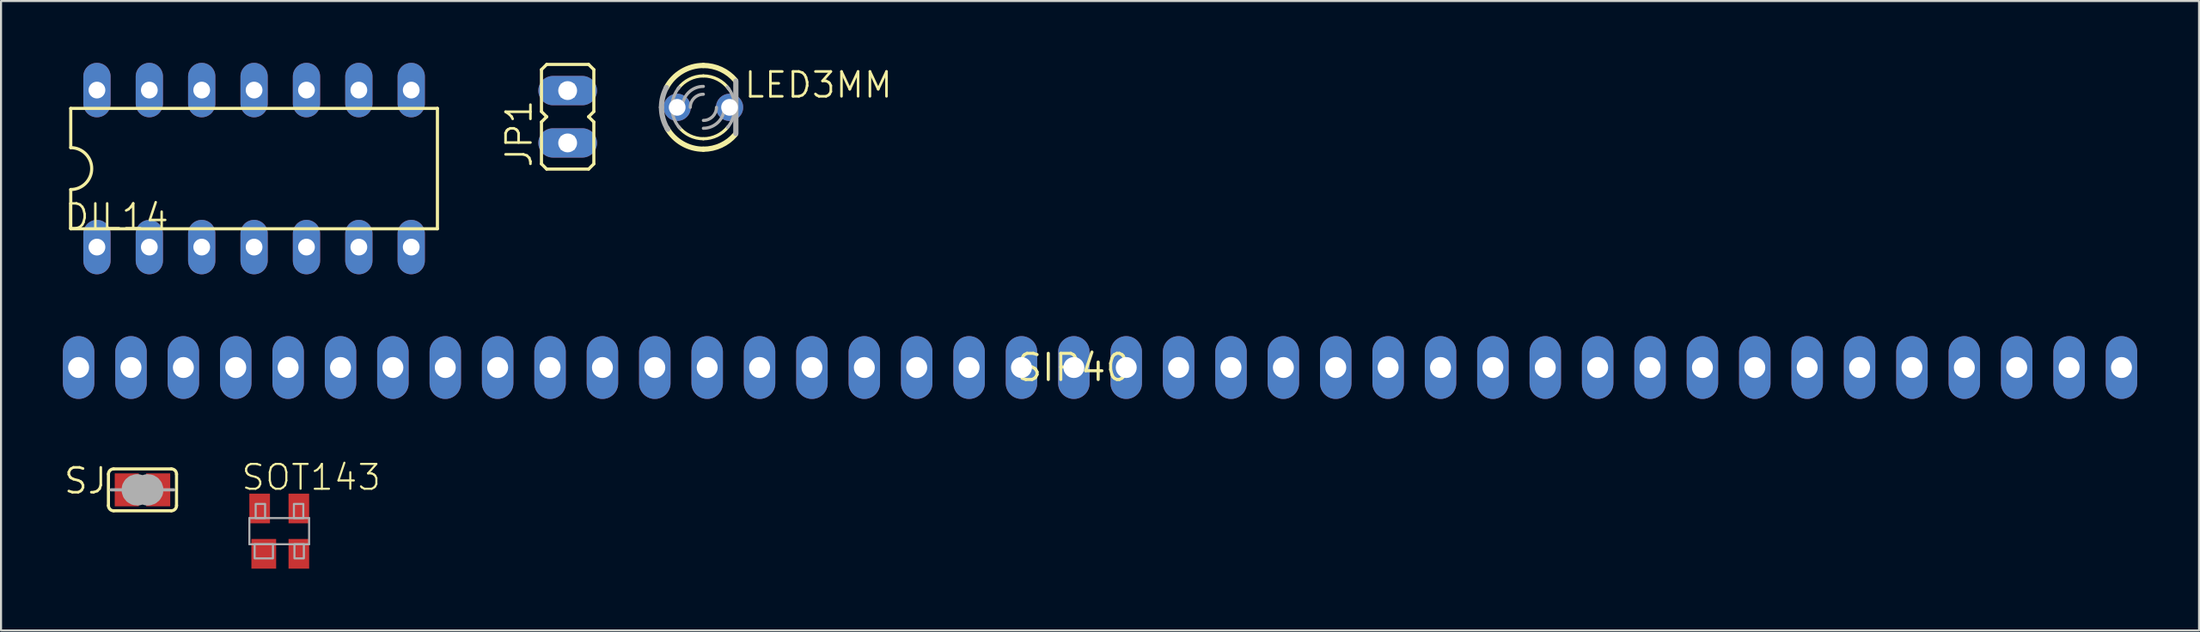
<source format=kicad_pcb>
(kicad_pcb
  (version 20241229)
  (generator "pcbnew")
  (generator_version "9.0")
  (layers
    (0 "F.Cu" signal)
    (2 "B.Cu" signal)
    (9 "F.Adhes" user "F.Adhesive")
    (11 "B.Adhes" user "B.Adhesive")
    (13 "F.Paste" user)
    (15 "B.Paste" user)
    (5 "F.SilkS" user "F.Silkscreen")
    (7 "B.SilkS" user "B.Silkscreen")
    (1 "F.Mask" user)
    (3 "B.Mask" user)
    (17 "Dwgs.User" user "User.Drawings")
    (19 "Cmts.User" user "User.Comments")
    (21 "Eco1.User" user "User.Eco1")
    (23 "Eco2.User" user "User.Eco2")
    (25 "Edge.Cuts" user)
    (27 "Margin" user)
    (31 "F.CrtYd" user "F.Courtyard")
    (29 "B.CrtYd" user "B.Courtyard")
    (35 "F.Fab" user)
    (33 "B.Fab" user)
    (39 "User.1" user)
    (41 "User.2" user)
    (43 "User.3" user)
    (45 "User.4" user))
  (footprint "LED3MM"
    (layer "F.Cu")
    (at 31.057 2.159)
    (property "Reference" "LED3MM" (at 1.905 -0.381 0) (layer "F.SilkS") (effects (font (size 1.206 1.206) (thickness 0.127)) (justify left bottom)))
    (attr through_hole)
    (fp_arc (start -1.7929 -0.9562) (mid -1.045438 -1.7424) (end 0 -2.032) (stroke (width 0.254) (type solid)) (layer "F.SilkS"))
    (fp_arc (start -1.2192 -0.9144) (mid -0.681554 -1.363107) (end 0 -1.524) (stroke (width 0.1524) (type solid)) (layer "F.SilkS"))
    (fp_arc (start 0 -2.032) (mid 0.861864 -1.840173) (end 1.561 -1.3009) (stroke (width 0.254) (type solid)) (layer "F.SilkS"))
    (fp_arc (start 0 -1.524) (mid 0.697339 -1.355082) (end 1.2401 -0.885801) (stroke (width 0.1524) (type solid)) (layer "F.SilkS"))
    (fp_arc (start 0 1.524) (mid -0.669593 1.369018) (end -1.203 0.9356) (stroke (width 0.1524) (type solid)) (layer "F.SilkS"))
    (fp_arc (start 0 2.032) (mid -1.019924 1.757525) (end -1.7643 1.0082) (stroke (width 0.254) (type solid)) (layer "F.SilkS"))
    (fp_arc (start 1.203 0.9356) (mid 0.669593 1.369018) (end 0 1.524) (stroke (width 0.1524) (type solid)) (layer "F.SilkS"))
    (fp_arc (start 1.5512 1.3126) (mid 0.854953 1.843405) (end 0 2.032) (stroke (width 0.254) (type solid)) (layer "F.SilkS"))
    (fp_line (start 1.575 1.27) (end 1.575 -1.27) (stroke (width 0.254) (type solid)) (layer "F.Fab"))
    (fp_arc (start -2.032 0) (mid -1.970339 -0.496775) (end -1.7891 -0.9634) (stroke (width 0.254) (type solid)) (layer "F.Fab"))
    (fp_arc (start -1.7306 1.065) (mid -1.95521 0.553417) (end -2.032 0) (stroke (width 0.254) (type solid)) (layer "F.Fab"))
    (fp_arc (start -1.524 0) (mid -1.432981 -0.518783) (end -1.1708 -0.9756) (stroke (width 0.1524) (type solid)) (layer "F.Fab"))
    (fp_arc (start -1.1391 1.0125) (mid -1.42454 0.5416) (end -1.524 0) (stroke (width 0.1524) (type solid)) (layer "F.Fab"))
    (fp_arc (start -1.016 0) (mid -0.71842 -0.71842) (end 0 -1.016) (stroke (width 0.1524) (type solid)) (layer "F.Fab"))
    (fp_arc (start -0.635 0) (mid -0.449013 -0.449013) (end 0 -0.635) (stroke (width 0.1524) (type solid)) (layer "F.Fab"))
    (fp_arc (start 0.635 0) (mid 0.449013 0.449013) (end 0 0.635) (stroke (width 0.1524) (type solid)) (layer "F.Fab"))
    (fp_arc (start 1.016 0) (mid 0.71842 0.71842) (end 0 1.016) (stroke (width 0.1524) (type solid)) (layer "F.Fab"))
    (fp_arc (start 1.1571 -0.9918) (mid 1.429332 -0.528744) (end 1.524 0) (stroke (width 0.1524) (type solid)) (layer "F.Fab"))
    (fp_arc (start 1.524 0) (mid 1.432981 0.518783) (end 1.1708 0.9756) (stroke (width 0.1524) (type solid)) (layer "F.Fab"))
    (pad "A" thru_hole circle (at -1.27 0) (size 1.321 1.321) (drill 0.813) (layers "*.Cu" "*.Mask"))
    (pad "K" thru_hole circle (at 1.27 0) (size 1.321 1.321) (drill 0.813) (layers "*.Cu" "*.Mask")))
  (footprint "JP1"
    (layer "F.Cu")
    (at 24.476 2.616)
    (property "Reference" "JP1" (at -1.651 2.54 90) (layer "F.SilkS") (effects (font (size 1.206 1.206) (thickness 0.127)) (justify left bottom)))
    (attr through_hole)
    (fp_line (start -1.27 -2.286) (end -1.27 -0.254) (stroke (width 0.152) (type solid)) (layer "F.SilkS"))
    (fp_line (start -1.27 -2.286) (end -1.016 -2.54) (stroke (width 0.152) (type solid)) (layer "F.SilkS"))
    (fp_line (start -1.27 0.254) (end -1.27 2.286) (stroke (width 0.152) (type solid)) (layer "F.SilkS"))
    (fp_line (start -1.016 0) (end -1.27 -0.254) (stroke (width 0.152) (type solid)) (layer "F.SilkS"))
    (fp_line (start -1.016 0) (end -1.27 0.254) (stroke (width 0.152) (type solid)) (layer "F.SilkS"))
    (fp_line (start -1.016 2.54) (end -1.27 2.286) (stroke (width 0.152) (type solid)) (layer "F.SilkS"))
    (fp_line (start -1.016 2.54) (end 1.016 2.54) (stroke (width 0.152) (type solid)) (layer "F.SilkS"))
    (fp_line (start 1.016 -2.54) (end -1.016 -2.54) (stroke (width 0.152) (type solid)) (layer "F.SilkS"))
    (fp_line (start 1.016 0) (end 1.27 -0.254) (stroke (width 0.152) (type solid)) (layer "F.SilkS"))
    (fp_line (start 1.016 0) (end 1.27 0.254) (stroke (width 0.152) (type solid)) (layer "F.SilkS"))
    (fp_line (start 1.016 2.54) (end 1.27 2.286) (stroke (width 0.152) (type solid)) (layer "F.SilkS"))
    (fp_line (start 1.27 -2.286) (end 1.016 -2.54) (stroke (width 0.152) (type solid)) (layer "F.SilkS"))
    (fp_line (start 1.27 -2.286) (end 1.27 -0.254) (stroke (width 0.152) (type solid)) (layer "F.SilkS"))
    (fp_line (start 1.27 0.254) (end 1.27 2.286) (stroke (width 0.152) (type solid)) (layer "F.SilkS"))
    (fp_poly (pts (xy -0.305 -0.965) (xy 0.305 -0.965) (xy 0.305 -1.575) (xy -0.305 -1.575)) (stroke (width 0.1) (type solid)) (fill no) (layer "F.Fab"))
    (fp_poly (pts (xy -0.305 1.575) (xy 0.305 1.575) (xy 0.305 0.965) (xy -0.305 0.965)) (stroke (width 0.1) (type solid)) (fill no) (layer "F.Fab"))
    (pad "1" thru_hole oval (at 0 1.27) (size 2.845 1.422) (drill 0.914) (layers "*.Cu" "*.Mask"))
    (pad "2" thru_hole oval (at 0 -1.27) (size 2.845 1.422) (drill 0.914) (layers "*.Cu" "*.Mask")))
  (footprint "DIL14"
    (layer "F.Cu")
    (at 9.271 5.131)
    (property "Reference" "DIL14" (at -9.271 3.048 0) (layer "F.SilkS") (effects (font (size 1.206 1.206) (thickness 0.121)) (justify left bottom)))
    (attr through_hole)
    (fp_line (start -8.89 -2.921) (end -8.89 -1.016) (stroke (width 0.152) (type solid)) (layer "F.SilkS"))
    (fp_line (start -8.89 2.921) (end -8.89 1.016) (stroke (width 0.152) (type solid)) (layer "F.SilkS"))
    (fp_line (start -8.89 2.921) (end 8.89 2.921) (stroke (width 0.152) (type solid)) (layer "F.SilkS"))
    (fp_line (start 8.89 -2.921) (end -8.89 -2.921) (stroke (width 0.152) (type solid)) (layer "F.SilkS"))
    (fp_line (start 8.89 -2.921) (end 8.89 2.921) (stroke (width 0.152) (type solid)) (layer "F.SilkS"))
    (fp_arc (start -8.89 -1.016) (mid -7.874 0) (end -8.89 1.016) (stroke (width 0.1524) (type solid)) (layer "F.SilkS"))
    (pad "1" thru_hole oval (at -7.62 3.81 90) (size 2.642 1.321) (drill 0.813) (layers "*.Cu" "*.Mask"))
    (pad "2" thru_hole oval (at -5.08 3.81 90) (size 2.642 1.321) (drill 0.813) (layers "*.Cu" "*.Mask"))
    (pad "3" thru_hole oval (at -2.54 3.81 90) (size 2.642 1.321) (drill 0.813) (layers "*.Cu" "*.Mask"))
    (pad "4" thru_hole oval (at 0 3.81 90) (size 2.642 1.321) (drill 0.813) (layers "*.Cu" "*.Mask"))
    (pad "5" thru_hole oval (at 2.54 3.81 90) (size 2.642 1.321) (drill 0.813) (layers "*.Cu" "*.Mask"))
    (pad "6" thru_hole oval (at 5.08 3.81 90) (size 2.642 1.321) (drill 0.813) (layers "*.Cu" "*.Mask"))
    (pad "7" thru_hole oval (at 7.62 3.81 90) (size 2.642 1.321) (drill 0.813) (layers "*.Cu" "*.Mask"))
    (pad "8" thru_hole oval (at 7.62 -3.81 90) (size 2.642 1.321) (drill 0.813) (layers "*.Cu" "*.Mask"))
    (pad "9" thru_hole oval (at 5.08 -3.81 90) (size 2.642 1.321) (drill 0.813) (layers "*.Cu" "*.Mask"))
    (pad "10" thru_hole oval (at 2.54 -3.81 90) (size 2.642 1.321) (drill 0.813) (layers "*.Cu" "*.Mask"))
    (pad "11" thru_hole oval (at 0 -3.81 90) (size 2.642 1.321) (drill 0.813) (layers "*.Cu" "*.Mask"))
    (pad "12" thru_hole oval (at -2.54 -3.81 90) (size 2.642 1.321) (drill 0.813) (layers "*.Cu" "*.Mask"))
    (pad "13" thru_hole oval (at -5.08 -3.81 90) (size 2.642 1.321) (drill 0.813) (layers "*.Cu" "*.Mask"))
    (pad "14" thru_hole oval (at -7.62 -3.81 90) (size 2.642 1.321) (drill 0.813) (layers "*.Cu" "*.Mask")))
  (footprint "SOT143"
    (layer "F.Cu")
    (at 10.491 22.726)
    (property "Reference" "SOT143" (at -1.905 -1.905 0) (layer "F.SilkS") (effects (font (size 1.206 1.206) (thickness 0.102)) (justify left bottom)))
    (attr through_hole)
    (fp_line (start -1.448 -0.635) (end 1.448 -0.635) (stroke (width 0.1) (type solid)) (layer "F.Fab"))
    (fp_line (start -1.448 0.635) (end -1.448 -0.635) (stroke (width 0.1) (type solid)) (layer "F.Fab"))
    (fp_line (start -1.448 0.635) (end 1.448 0.635) (stroke (width 0.1) (type solid)) (layer "F.Fab"))
    (fp_line (start 1.448 0.635) (end 1.448 -0.635) (stroke (width 0.1) (type solid)) (layer "F.Fab"))
    (fp_poly (pts (xy -1.194 1.321) (xy -0.305 1.321) (xy -0.305 0.635) (xy -1.194 0.635)) (stroke (width 0.1) (type solid)) (fill no) (layer "F.Fab"))
    (fp_poly (pts (xy -1.143 -0.635) (xy -0.686 -0.635) (xy -0.686 -1.321) (xy -1.143 -1.321)) (stroke (width 0.1) (type solid)) (fill no) (layer "F.Fab"))
    (fp_poly (pts (xy 0.711 -0.635) (xy 1.168 -0.635) (xy 1.168 -1.321) (xy 0.711 -1.321)) (stroke (width 0.1) (type solid)) (fill no) (layer "F.Fab"))
    (fp_poly (pts (xy 0.737 1.321) (xy 1.194 1.321) (xy 1.194 0.635) (xy 0.737 0.635)) (stroke (width 0.1) (type solid)) (fill no) (layer "F.Fab"))
    (pad "1" smd rect (at -0.75 1.1) (size 1.2 1.44) (layers "F.Cu" "F.Mask" "F.Paste"))
    (pad "2" smd rect (at 0.95 1.1) (size 1 1.44) (layers "F.Cu" "F.Mask" "F.Paste"))
    (pad "3" smd rect (at 0.95 -1.1) (size 1 1.44) (layers "F.Cu" "F.Mask" "F.Paste"))
    (pad "4" smd rect (at -0.95 -1.1) (size 1 1.44) (layers "F.Cu" "F.Mask" "F.Paste")))
  (footprint "SIP40"
    (layer "F.Cu")
    (at 49.022 14.786)
    (property "Reference" "SIP40" (at 0 0 0) (layer "F.SilkS") (effects (font (size 1.27 1.27) (thickness 0.15))))
    (attr through_hole)
    (pad "1" thru_hole oval (at -48.26 0 90) (size 3.048 1.524) (drill 1.016) (layers "*.Cu" "*.Mask"))
    (pad "2" thru_hole oval (at -45.72 0 90) (size 3.048 1.524) (drill 1.016) (layers "*.Cu" "*.Mask"))
    (pad "3" thru_hole oval (at -43.18 0 90) (size 3.048 1.524) (drill 1.016) (layers "*.Cu" "*.Mask"))
    (pad "4" thru_hole oval (at -40.64 0 90) (size 3.048 1.524) (drill 1.016) (layers "*.Cu" "*.Mask"))
    (pad "5" thru_hole oval (at -38.1 0 90) (size 3.048 1.524) (drill 1.016) (layers "*.Cu" "*.Mask"))
    (pad "6" thru_hole oval (at -35.56 0 90) (size 3.048 1.524) (drill 1.016) (layers "*.Cu" "*.Mask"))
    (pad "7" thru_hole oval (at -33.02 0 90) (size 3.048 1.524) (drill 1.016) (layers "*.Cu" "*.Mask"))
    (pad "8" thru_hole oval (at -30.48 0 90) (size 3.048 1.524) (drill 1.016) (layers "*.Cu" "*.Mask"))
    (pad "9" thru_hole oval (at -27.94 0 90) (size 3.048 1.524) (drill 1.016) (layers "*.Cu" "*.Mask"))
    (pad "10" thru_hole oval (at -25.4 0 90) (size 3.048 1.524) (drill 1.016) (layers "*.Cu" "*.Mask"))
    (pad "11" thru_hole oval (at -22.86 0 90) (size 3.048 1.524) (drill 1.016) (layers "*.Cu" "*.Mask"))
    (pad "12" thru_hole oval (at -20.32 0 90) (size 3.048 1.524) (drill 1.016) (layers "*.Cu" "*.Mask"))
    (pad "13" thru_hole oval (at -17.78 0 90) (size 3.048 1.524) (drill 1.016) (layers "*.Cu" "*.Mask"))
    (pad "14" thru_hole oval (at -15.24 0 90) (size 3.048 1.524) (drill 1.016) (layers "*.Cu" "*.Mask"))
    (pad "15" thru_hole oval (at -12.7 0 90) (size 3.048 1.524) (drill 1.016) (layers "*.Cu" "*.Mask"))
    (pad "16" thru_hole oval (at -10.16 0 90) (size 3.048 1.524) (drill 1.016) (layers "*.Cu" "*.Mask"))
    (pad "17" thru_hole oval (at -7.62 0 90) (size 3.048 1.524) (drill 1.016) (layers "*.Cu" "*.Mask"))
    (pad "18" thru_hole oval (at -5.08 0 90) (size 3.048 1.524) (drill 1.016) (layers "*.Cu" "*.Mask"))
    (pad "19" thru_hole oval (at -2.54 0 90) (size 3.048 1.524) (drill 1.016) (layers "*.Cu" "*.Mask"))
    (pad "20" thru_hole oval (at 0 0 90) (size 3.048 1.524) (drill 1.016) (layers "*.Cu" "*.Mask"))
    (pad "21" thru_hole oval (at 2.54 0 90) (size 3.048 1.524) (drill 1.016) (layers "*.Cu" "*.Mask"))
    (pad "22" thru_hole oval (at 5.08 0 90) (size 3.048 1.524) (drill 1.016) (layers "*.Cu" "*.Mask"))
    (pad "23" thru_hole oval (at 7.62 0 90) (size 3.048 1.524) (drill 1.016) (layers "*.Cu" "*.Mask"))
    (pad "24" thru_hole oval (at 10.16 0 90) (size 3.048 1.524) (drill 1.016) (layers "*.Cu" "*.Mask"))
    (pad "25" thru_hole oval (at 12.7 0 90) (size 3.048 1.524) (drill 1.016) (layers "*.Cu" "*.Mask"))
    (pad "26" thru_hole oval (at 15.24 0 90) (size 3.048 1.524) (drill 1.016) (layers "*.Cu" "*.Mask"))
    (pad "27" thru_hole oval (at 17.78 0 90) (size 3.048 1.524) (drill 1.016) (layers "*.Cu" "*.Mask"))
    (pad "28" thru_hole oval (at 20.32 0 90) (size 3.048 1.524) (drill 1.016) (layers "*.Cu" "*.Mask"))
    (pad "29" thru_hole oval (at 22.86 0 90) (size 3.048 1.524) (drill 1.016) (layers "*.Cu" "*.Mask"))
    (pad "30" thru_hole oval (at 25.4 0 90) (size 3.048 1.524) (drill 1.016) (layers "*.Cu" "*.Mask"))
    (pad "31" thru_hole oval (at 27.94 0 90) (size 3.048 1.524) (drill 1.016) (layers "*.Cu" "*.Mask"))
    (pad "32" thru_hole oval (at 30.48 0 90) (size 3.048 1.524) (drill 1.016) (layers "*.Cu" "*.Mask"))
    (pad "33" thru_hole oval (at 33.02 0 90) (size 3.048 1.524) (drill 1.016) (layers "*.Cu" "*.Mask"))
    (pad "34" thru_hole oval (at 35.56 0 90) (size 3.048 1.524) (drill 1.016) (layers "*.Cu" "*.Mask"))
    (pad "35" thru_hole oval (at 38.1 0 90) (size 3.048 1.524) (drill 1.016) (layers "*.Cu" "*.Mask"))
    (pad "36" thru_hole oval (at 40.64 0 90) (size 3.048 1.524) (drill 1.016) (layers "*.Cu" "*.Mask"))
    (pad "37" thru_hole oval (at 43.18 0 90) (size 3.048 1.524) (drill 1.016) (layers "*.Cu" "*.Mask"))
    (pad "38" thru_hole oval (at 45.72 0 90) (size 3.048 1.524) (drill 1.016) (layers "*.Cu" "*.Mask"))
    (pad "39" thru_hole oval (at 48.26 0 90) (size 3.048 1.524) (drill 1.016) (layers "*.Cu" "*.Mask"))
    (pad "40" thru_hole oval (at 50.8 0 90) (size 3.048 1.524) (drill 1.016) (layers "*.Cu" "*.Mask")))
  (footprint "SJ"
    (layer "F.Cu")
    (at 3.859 20.722)
    (property "Reference" "SJ" (at -1.651 -1.143 0) (layer "F.SilkS") (effects (font (size 1.206 1.206) (thickness 0.127)) (justify right top)))
    (attr through_hole)
    (fp_poly (pts (xy -0.076 0.914) (xy 0.076 0.914) (xy 0.076 -0.914) (xy -0.076 -0.914)) (stroke (width 0) (type solid)) (fill yes) (layer "F.Mask"))
    (fp_line (start -1.651 0.762) (end -1.651 -0.762) (stroke (width 0.152) (type solid)) (layer "F.SilkS"))
    (fp_line (start -1.397 -1.016) (end 1.397 -1.016) (stroke (width 0.152) (type solid)) (layer "F.SilkS"))
    (fp_line (start 1.397 1.016) (end -1.397 1.016) (stroke (width 0.152) (type solid)) (layer "F.SilkS"))
    (fp_line (start 1.651 0.762) (end 1.651 -0.762) (stroke (width 0.152) (type solid)) (layer "F.SilkS"))
    (fp_arc (start -1.651 -0.762) (mid -1.576605 -0.941605) (end -1.397 -1.016) (stroke (width 0.1524) (type solid)) (layer "F.SilkS"))
    (fp_arc (start -1.397 1.016) (mid -1.576605 0.941605) (end -1.651 0.762) (stroke (width 0.1524) (type solid)) (layer "F.SilkS"))
    (fp_arc (start 1.397 -1.016) (mid 1.576605 -0.941605) (end 1.651 -0.762) (stroke (width 0.1524) (type solid)) (layer "F.SilkS"))
    (fp_arc (start 1.651 0.762) (mid 1.576605 0.941605) (end 1.397 1.016) (stroke (width 0.1524) (type solid)) (layer "F.SilkS"))
    (fp_line (start -1.016 0) (end -1.524 0) (stroke (width 0.152) (type solid)) (layer "F.Fab"))
    (fp_line (start 1.016 0) (end 1.524 0) (stroke (width 0.152) (type solid)) (layer "F.Fab"))
    (fp_arc (start -0.254 0.127) (mid -0.381 0) (end -0.254 -0.127) (stroke (width 1.27) (type solid)) (layer "F.Fab"))
    (fp_arc (start 0.254 -0.127) (mid 0.381 0) (end 0.254 0.127) (stroke (width 1.27) (type solid)) (layer "F.Fab"))
    (pad "1" smd rect (at -0.762 0) (size 1.168 1.6) (layers "F.Cu" "F.Mask" "F.Paste"))
    (pad "2" smd rect (at 0.762 0) (size 1.168 1.6) (layers "F.Cu" "F.Mask" "F.Paste")))
  (gr_rect
    (start -3 -3)
    (end 103.584 27.546)
    (stroke (width 0.1) (type default))
    (fill no)
    (layer "Edge.Cuts")))
</source>
